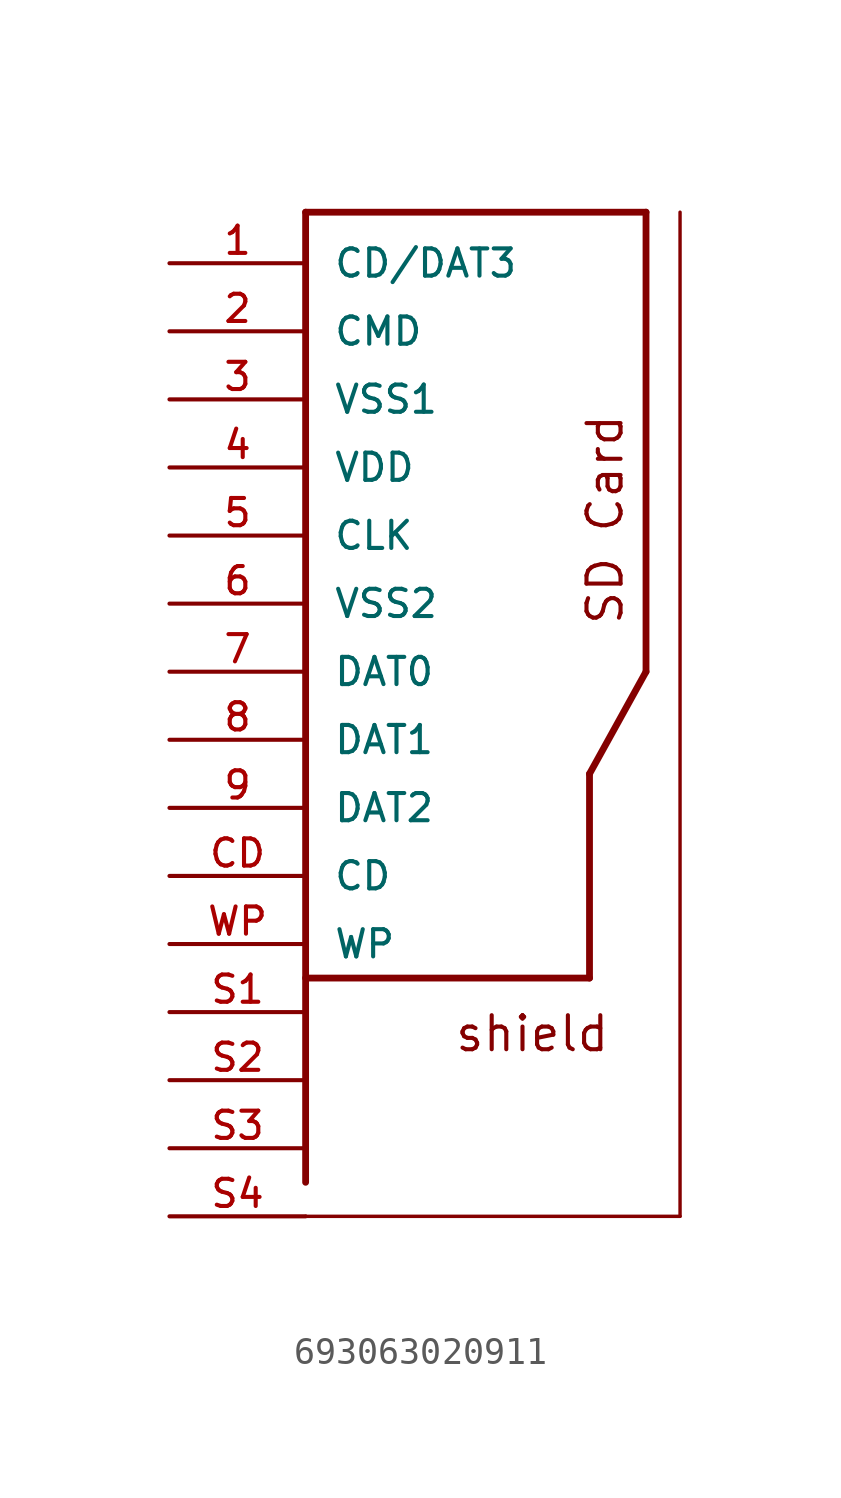
<source format=kicad_sym>
(kicad_symbol_lib
  (version 20211014)
  (generator kicad_symbol_editor)
  (symbol "693063020911"
    (pin_names
      (offset 1.016))
    (property "Reference" "J"
      (at 0 0 0)
      (effects (font (size 1.27 1.27)) (justify left bottom) hide))
    (property "ki_locked" ""
      (at 0 0 0)
      (effects (font (size 1.27 1.27))))
    (symbol "693063020911_0_0"
      (polyline (pts (xy -7.62 -25.4) (xy 6.35 -25.4)) (stroke (width 0.127) (type default) (color 0 0 0 0)) (fill (type none)))
      (polyline (pts (xy -7.62 -16.51) (xy 2.972 -16.51)) (stroke (width 0.254) (type default) (color 0 0 0 0)) (fill (type none)))
      (polyline (pts (xy -7.62 12.065) (xy -7.62 -24.13)) (stroke (width 0.254) (type default) (color 0 0 0 0)) (fill (type none)))
      (polyline (pts (xy 2.972 -8.89) (xy 2.972 -16.51)) (stroke (width 0.254) (type default) (color 0 0 0 0)) (fill (type none)))
      (polyline (pts (xy 5.08 -5.08) (xy 2.972 -8.89)) (stroke (width 0.254) (type default) (color 0 0 0 0)) (fill (type none)))
      (polyline (pts (xy 5.08 -5.08) (xy 5.08 12.065)) (stroke (width 0.254) (type default) (color 0 0 0 0)) (fill (type none)))
      (polyline (pts (xy 5.08 12.065) (xy -7.62 12.065)) (stroke (width 0.254) (type default) (color 0 0 0 0)) (fill (type none)))
      (polyline (pts (xy 6.35 -25.4) (xy 6.35 12.065)) (stroke (width 0.127) (type default) (color 0 0 0 0)) (fill (type none)))
      (text "SD Card " (at 4.293 -3.404 900) (effects (font (size 1.27 1.27)) (justify left bottom)))
      (text "shield" (at -2.108 -19.329 0) (effects (font (size 1.27 1.27)) (justify left bottom)))
      (pin bidirectional line (at -12.7 10.16 0) (length 5.08) (name "CD/DAT3" (effects (font (size 1.016 1.016)))) (number "1" (effects (font (size 1.016 1.016)))))
      (pin bidirectional line (at -12.7 7.62 0) (length 5.08) (name "CMD" (effects (font (size 1.016 1.016)))) (number "2" (effects (font (size 1.016 1.016)))))
      (pin bidirectional line (at -12.7 5.08 0) (length 5.08) (name "VSS1" (effects (font (size 1.016 1.016)))) (number "3" (effects (font (size 1.016 1.016)))))
      (pin bidirectional line (at -12.7 2.54 0) (length 5.08) (name "VDD" (effects (font (size 1.016 1.016)))) (number "4" (effects (font (size 1.016 1.016)))))
      (pin bidirectional line (at -12.7 0 0) (length 5.08) (name "CLK" (effects (font (size 1.016 1.016)))) (number "5" (effects (font (size 1.016 1.016)))))
      (pin bidirectional line (at -12.7 -2.54 0) (length 5.08) (name "VSS2" (effects (font (size 1.016 1.016)))) (number "6" (effects (font (size 1.016 1.016)))))
      (pin bidirectional line (at -12.7 -5.08 0) (length 5.08) (name "DAT0" (effects (font (size 1.016 1.016)))) (number "7" (effects (font (size 1.016 1.016)))))
      (pin bidirectional line (at -12.7 -7.62 0) (length 5.08) (name "DAT1" (effects (font (size 1.016 1.016)))) (number "8" (effects (font (size 1.016 1.016)))))
      (pin bidirectional line (at -12.7 -10.16 0) (length 5.08) (name "DAT2" (effects (font (size 1.016 1.016)))) (number "9" (effects (font (size 1.016 1.016)))))
      (pin bidirectional line (at -12.7 -12.7 0) (length 5.08) (name "CD" (effects (font (size 1.016 1.016)))) (number "CD" (effects (font (size 1.016 1.016)))))
      (pin bidirectional line (at -12.7 -17.78 0) (length 5.08) (name "~" (effects (font (size 1.016 1.016)))) (number "S1" (effects (font (size 1.016 1.016)))))
      (pin bidirectional line (at -12.7 -20.32 0) (length 5.08) (name "~" (effects (font (size 1.016 1.016)))) (number "S2" (effects (font (size 1.016 1.016)))))
      (pin bidirectional line (at -12.7 -22.86 0) (length 5.08) (name "~" (effects (font (size 1.016 1.016)))) (number "S3" (effects (font (size 1.016 1.016)))))
      (pin bidirectional line (at -12.7 -25.4 0) (length 5.08) (name "~" (effects (font (size 1.016 1.016)))) (number "S4" (effects (font (size 1.016 1.016)))))
      (pin bidirectional line (at -12.7 -15.24 0) (length 5.08) (name "WP" (effects (font (size 1.016 1.016)))) (number "WP" (effects (font (size 1.016 1.016))))))))
</source>
